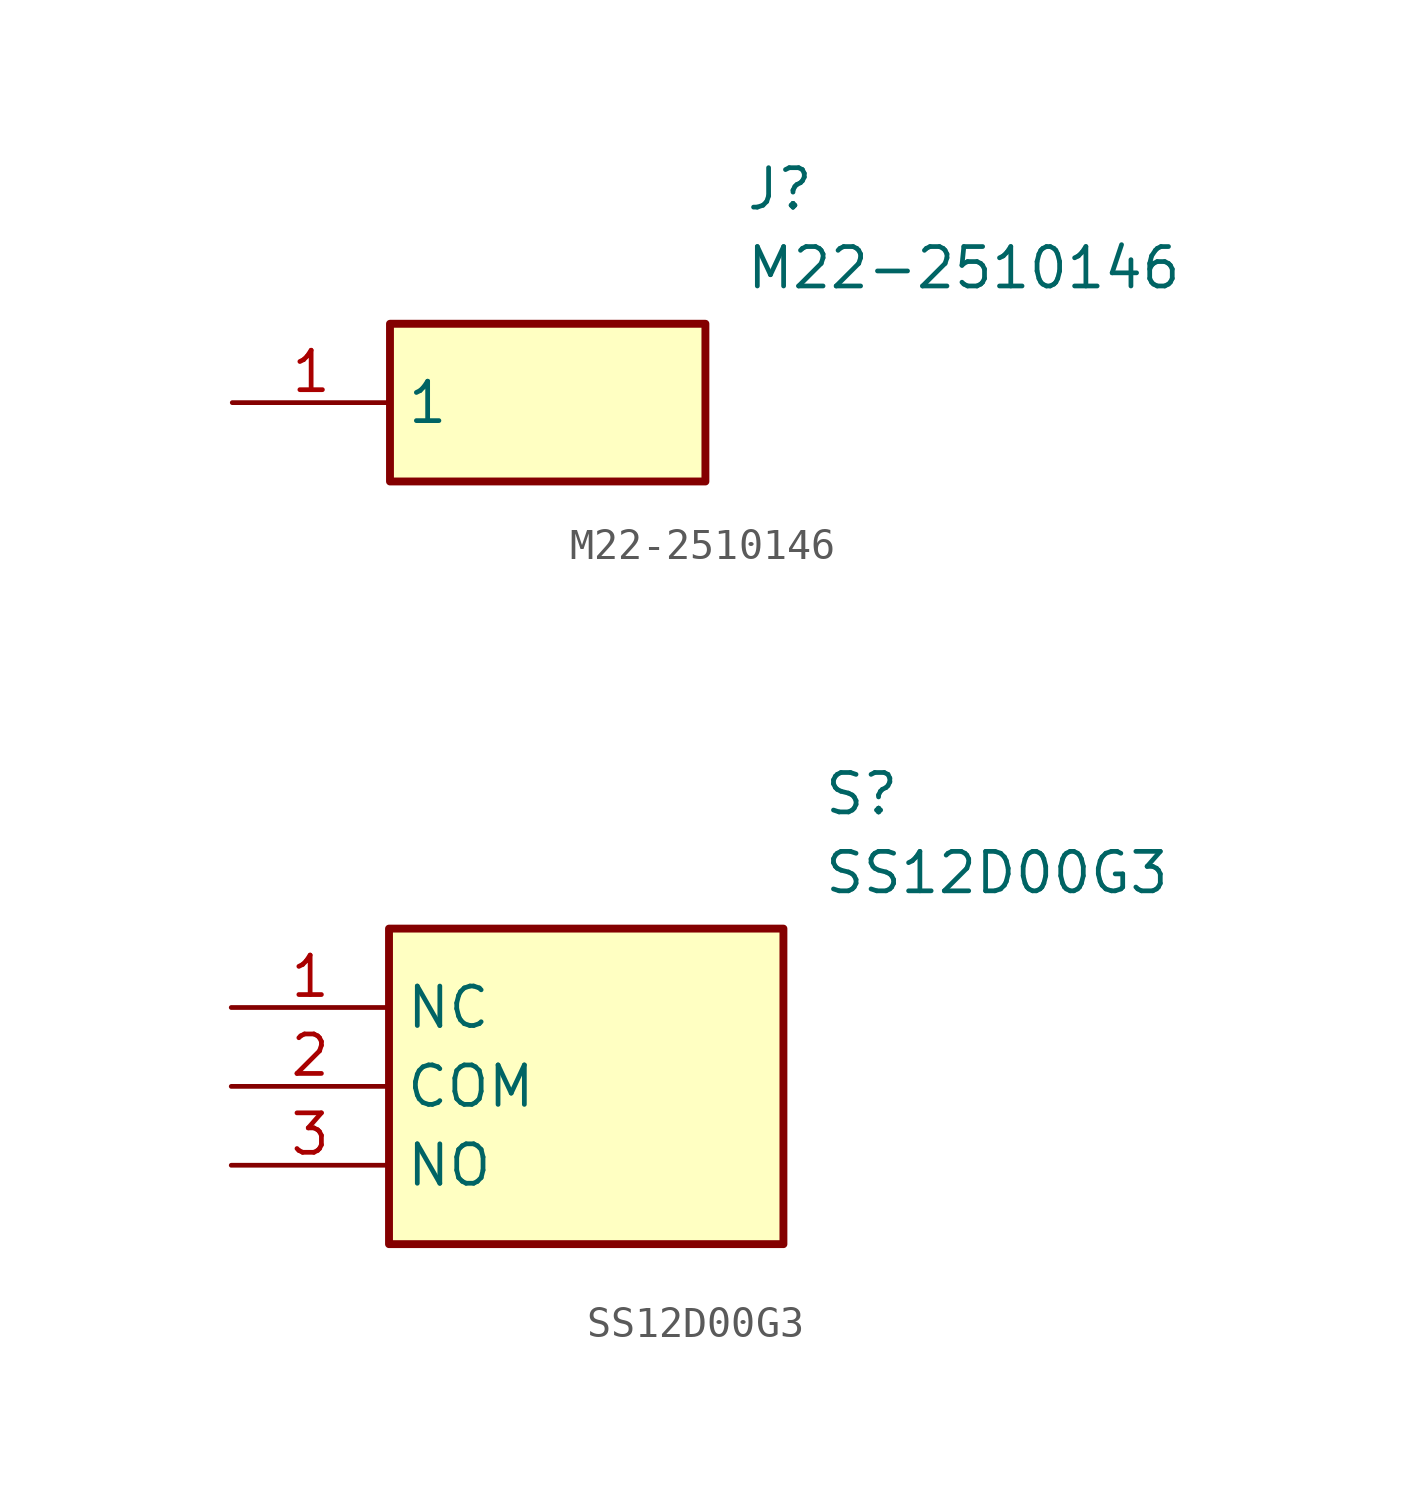
<source format=kicad_sym>
(kicad_symbol_lib
  (version 20231120)
  (generator "kicad_symbol_editor")
  (generator_version "8.0")
  (symbol "M22-2510146"
    (property "Reference" "J"
      (at 16.51 7.62 0)
      (effects (font (size 1.27 1.27)) (justify left top)))
    (property "Value" "M22-2510146"
      (at 16.51 5.08 0)
      (effects (font (size 1.27 1.27)) (justify left top)))
    (rectangle
      (start 5.08 2.54)
      (end 15.24 -2.54)
      (stroke (width 0.254) (type default))
      (fill (type background)))
    (pin passive line
      (at 0 0 0)
      (length 5.08)
      (name "1" (effects (font (size 1.27 1.27))))
      (number "1" (effects (font (size 1.27 1.27))))))
  (symbol "SS12D00G3"
    (property "Reference" "S"
      (at 19.05 7.62 0)
      (effects (font (size 1.27 1.27)) (justify left top)))
    (property "Value" "SS12D00G3"
      (at 19.05 5.08 0)
      (effects (font (size 1.27 1.27)) (justify left top)))
    (symbol "SS12D00G3_1_1"
      (rectangle (start 5.08 2.54) (end 17.78 -7.62) (stroke (width 0.254) (type default)) (fill (type background)))
      (pin passive line (at 0 0 0) (length 5.08) (name "NC" (effects (font (size 1.27 1.27)))) (number "1" (effects (font (size 1.27 1.27)))))
      (pin passive line (at 0 -2.54 0) (length 5.08) (name "COM" (effects (font (size 1.27 1.27)))) (number "2" (effects (font (size 1.27 1.27)))))
      (pin passive line (at 0 -5.08 0) (length 5.08) (name "NO" (effects (font (size 1.27 1.27)))) (number "3" (effects (font (size 1.27 1.27))))))))
</source>
